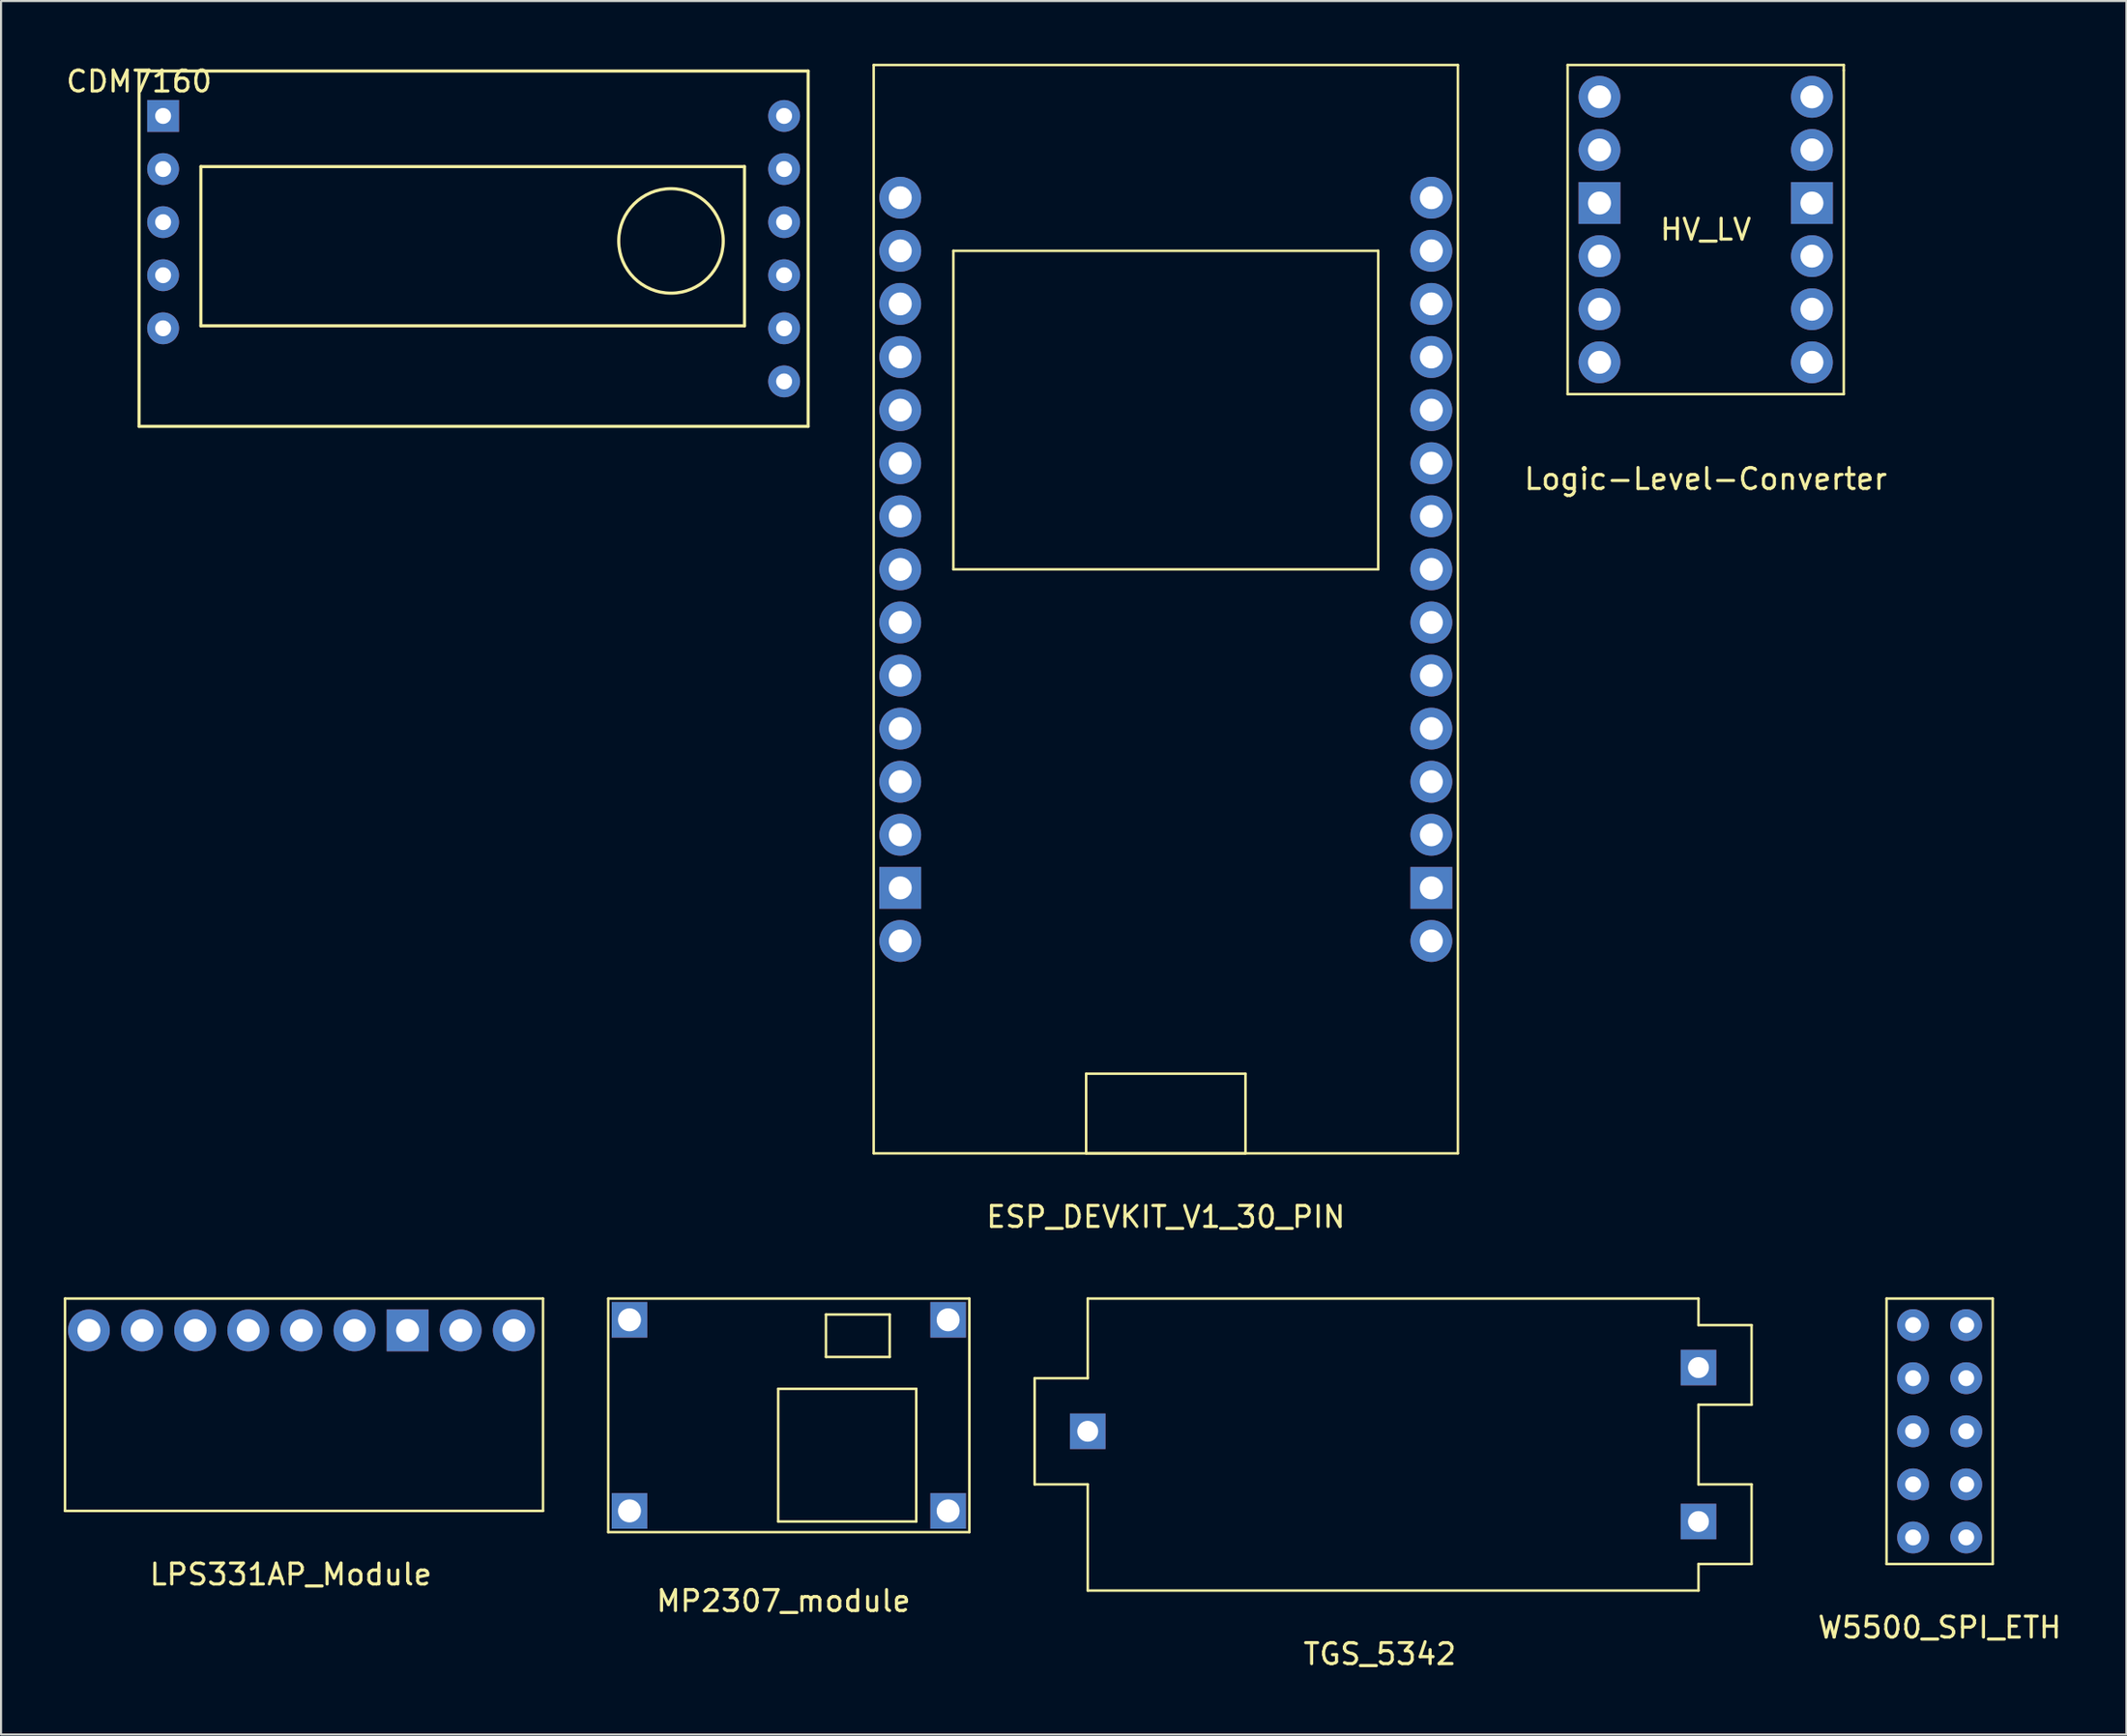
<source format=kicad_pcb>
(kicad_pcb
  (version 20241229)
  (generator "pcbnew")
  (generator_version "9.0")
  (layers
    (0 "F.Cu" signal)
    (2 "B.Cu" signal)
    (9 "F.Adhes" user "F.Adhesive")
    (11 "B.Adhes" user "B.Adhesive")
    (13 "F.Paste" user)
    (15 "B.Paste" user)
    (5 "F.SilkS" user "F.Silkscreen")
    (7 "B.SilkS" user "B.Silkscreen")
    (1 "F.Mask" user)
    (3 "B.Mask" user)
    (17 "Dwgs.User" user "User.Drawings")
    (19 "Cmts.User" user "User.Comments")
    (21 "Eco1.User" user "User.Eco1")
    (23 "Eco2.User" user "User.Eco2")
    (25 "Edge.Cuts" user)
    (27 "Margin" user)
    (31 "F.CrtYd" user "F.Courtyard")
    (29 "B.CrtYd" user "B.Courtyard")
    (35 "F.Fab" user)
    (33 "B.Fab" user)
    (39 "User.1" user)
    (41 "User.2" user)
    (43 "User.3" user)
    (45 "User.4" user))
  (footprint "Logic-Level-Converter"
    (layer "F.Cu")
    (at 78.528 19.364)
    (property "Reference" "Logic-Level-Converter" (at 0 0.5 0) (layer "F.SilkS") (effects (font (size 1 1) (thickness 0.15))))
    (attr through_hole)
    (fp_line (start -6.604 -3.556) (end -6.604 -19.304) (stroke (width 0.12) (type solid)) (layer "F.SilkS"))
    (fp_line (start -6.604 -3.556) (end 6.604 -3.556) (stroke (width 0.12) (type solid)) (layer "F.SilkS"))
    (fp_line (start 6.604 -19.304) (end -6.604 -19.304) (stroke (width 0.12) (type solid)) (layer "F.SilkS"))
    (fp_line (start 6.604 -19.05) (end 6.604 -19.304) (stroke (width 0.12) (type solid)) (layer "F.SilkS"))
    (fp_line (start 6.604 -3.556) (end 6.604 -19.05) (stroke (width 0.12) (type solid)) (layer "F.SilkS"))
    (fp_text user "HV_LV" (at 0 -11.43 0) (layer "F.SilkS") (effects (font (size 1 1) (thickness 0.15))))
    (pad "1" thru_hole circle (at -5.08 -17.78) (size 2 2) (drill 1.1) (layers "*.Cu" "*.Mask"))
    (pad "2" thru_hole circle (at -5.08 -15.24) (size 2 2) (drill 1.1) (layers "*.Cu" "*.Mask"))
    (pad "3" thru_hole rect (at -5.08 -12.7) (size 2 2) (drill 1.1) (layers "*.Cu" "*.Mask"))
    (pad "4" thru_hole circle (at -5.08 -10.16) (size 2 2) (drill 1.1) (layers "*.Cu" "*.Mask"))
    (pad "5" thru_hole circle (at -5.08 -7.62) (size 2 2) (drill 1.1) (layers "*.Cu" "*.Mask"))
    (pad "6" thru_hole circle (at -5.08 -5.08) (size 2 2) (drill 1.1) (layers "*.Cu" "*.Mask"))
    (pad "7" thru_hole circle (at 5.08 -17.78) (size 2 2) (drill 1.1) (layers "*.Cu" "*.Mask"))
    (pad "8" thru_hole circle (at 5.08 -15.24) (size 2 2) (drill 1.1) (layers "*.Cu" "*.Mask"))
    (pad "9" thru_hole rect (at 5.08 -12.7) (size 2 2) (drill 1.1) (layers "*.Cu" "*.Mask"))
    (pad "10" thru_hole circle (at 5.08 -10.16) (size 2 2) (drill 1.1) (layers "*.Cu" "*.Mask"))
    (pad "11" thru_hole circle (at 5.08 -7.62) (size 2 2) (drill 1.1) (layers "*.Cu" "*.Mask"))
    (pad "12" thru_hole circle (at 5.08 -5.08) (size 2 2) (drill 1.1) (layers "*.Cu" "*.Mask")))
  (footprint "LPS331AP_Module"
    (layer "F.Cu")
    (at 10.855 71.778)
    (property "Reference" "LPS331AP_Module" (at 0 0.5 0) (layer "F.SilkS") (effects (font (size 1 1) (thickness 0.15))))
    (attr through_hole)
    (fp_line (start -10.795 -12.7) (end -10.795 -2.54) (stroke (width 0.12) (type solid)) (layer "F.SilkS"))
    (fp_line (start -10.795 -2.54) (end 12.065 -2.54) (stroke (width 0.12) (type solid)) (layer "F.SilkS"))
    (fp_line (start 12.065 -12.7) (end -10.795 -12.7) (stroke (width 0.12) (type solid)) (layer "F.SilkS"))
    (fp_line (start 12.065 -2.54) (end 12.065 -12.7) (stroke (width 0.12) (type solid)) (layer "F.SilkS"))
    (pad "1" thru_hole circle (at 10.668 -11.176) (size 2 2) (drill 1.1) (layers "*.Cu" "*.Mask"))
    (pad "2" thru_hole circle (at 8.128 -11.176) (size 2 2) (drill 1.1) (layers "*.Cu" "*.Mask"))
    (pad "3" thru_hole rect (at 5.588 -11.176) (size 2 2) (drill 1.1) (layers "*.Cu" "*.Mask"))
    (pad "4" thru_hole circle (at 3.048 -11.176) (size 2 2) (drill 1.1) (layers "*.Cu" "*.Mask"))
    (pad "5" thru_hole circle (at 0.508 -11.176) (size 2 2) (drill 1.1) (layers "*.Cu" "*.Mask"))
    (pad "6" thru_hole circle (at -2.032 -11.176) (size 2 2) (drill 1.1) (layers "*.Cu" "*.Mask"))
    (pad "7" thru_hole circle (at -4.572 -11.176) (size 2 2) (drill 1.1) (layers "*.Cu" "*.Mask"))
    (pad "8" thru_hole circle (at -7.112 -11.176) (size 2 2) (drill 1.1) (layers "*.Cu" "*.Mask"))
    (pad "9" thru_hole circle (at -9.652 -11.176) (size 2 2) (drill 1.1) (layers "*.Cu" "*.Mask")))
  (footprint "W5500_SPI_ETH"
    (layer "F.Cu")
    (at 89.717 74.318)
    (property "Reference" "W5500_SPI_ETH" (at 0 0.5 0) (layer "F.SilkS") (effects (font (size 1 1) (thickness 0.15))))
    (attr through_hole)
    (fp_line (start -2.54 -15.24) (end 2.54 -15.24) (stroke (width 0.12) (type solid)) (layer "F.SilkS"))
    (fp_line (start -2.54 -2.54) (end -2.54 -15.24) (stroke (width 0.12) (type solid)) (layer "F.SilkS"))
    (fp_line (start 2.54 -15.24) (end 2.54 -2.54) (stroke (width 0.12) (type solid)) (layer "F.SilkS"))
    (fp_line (start 2.54 -2.54) (end -2.54 -2.54) (stroke (width 0.12) (type solid)) (layer "F.SilkS"))
    (pad "1" thru_hole circle (at -1.27 -13.97) (size 1.524 1.524) (drill 0.762) (layers "*.Cu" "*.Mask"))
    (pad "2" thru_hole circle (at -1.27 -11.43) (size 1.524 1.524) (drill 0.762) (layers "*.Cu" "*.Mask"))
    (pad "3" thru_hole circle (at -1.27 -8.89) (size 1.524 1.524) (drill 0.762) (layers "*.Cu" "*.Mask"))
    (pad "4" thru_hole circle (at -1.27 -6.35) (size 1.524 1.524) (drill 0.762) (layers "*.Cu" "*.Mask"))
    (pad "5" thru_hole circle (at -1.27 -3.81) (size 1.524 1.524) (drill 0.762) (layers "*.Cu" "*.Mask"))
    (pad "6" thru_hole circle (at 1.27 -13.97) (size 1.524 1.524) (drill 0.762) (layers "*.Cu" "*.Mask"))
    (pad "7" thru_hole circle (at 1.27 -11.43) (size 1.524 1.524) (drill 0.762) (layers "*.Cu" "*.Mask"))
    (pad "8" thru_hole circle (at 1.27 -8.89) (size 1.524 1.524) (drill 0.762) (layers "*.Cu" "*.Mask"))
    (pad "9" thru_hole circle (at 1.27 -6.35) (size 1.524 1.524) (drill 0.762) (layers "*.Cu" "*.Mask"))
    (pad "10" thru_hole circle (at 1.27 -3.81) (size 1.524 1.524) (drill 0.762) (layers "*.Cu" "*.Mask")))
  (footprint "CDM7160"
    (layer "F.Cu")
    (at 3.601 0.348)
    (property "Reference" "CDM7160" (at 0 0.5 0) (layer "F.SilkS") (effects (font (size 1 1) (thickness 0.15))))
    (attr through_hole)
    (fp_line (start 0 0) (end 0 17) (stroke (width 0.15) (type solid)) (layer "F.SilkS"))
    (fp_line (start 0 0) (end 32 0) (stroke (width 0.15) (type solid)) (layer "F.SilkS"))
    (fp_line (start 0 17) (end 32 17) (stroke (width 0.15) (type solid)) (layer "F.SilkS"))
    (fp_line (start 2.956 4.572) (end 28.956 4.572) (stroke (width 0.15) (type solid)) (layer "F.SilkS"))
    (fp_line (start 2.956 12.192) (end 2.956 4.572) (stroke (width 0.15) (type solid)) (layer "F.SilkS"))
    (fp_line (start 2.956 12.192) (end 28.956 12.192) (stroke (width 0.15) (type solid)) (layer "F.SilkS"))
    (fp_line (start 28.956 4.572) (end 28.956 12.192) (stroke (width 0.15) (type solid)) (layer "F.SilkS"))
    (fp_line (start 32 0) (end 32 17) (stroke (width 0.15) (type solid)) (layer "F.SilkS"))
    (fp_circle (center 25.44 8.128) (end 27.94 8.128) (stroke (width 0.15) (type solid)) (fill no) (layer "F.SilkS"))
    (pad "1" thru_hole rect (at 1.15 2.15) (size 1.524 1.524) (drill 0.762) (layers "*.Cu" "*.Mask"))
    (pad "2" thru_hole circle (at 1.15 4.69) (size 1.524 1.524) (drill 0.762) (layers "*.Cu" "*.Mask"))
    (pad "3" thru_hole circle (at 1.15 7.23) (size 1.524 1.524) (drill 0.762) (layers "*.Cu" "*.Mask"))
    (pad "4" thru_hole circle (at 1.15 9.77) (size 1.524 1.524) (drill 0.762) (layers "*.Cu" "*.Mask"))
    (pad "5" thru_hole circle (at 1.15 12.31) (size 1.524 1.524) (drill 0.762) (layers "*.Cu" "*.Mask"))
    (pad "6" thru_hole circle (at 30.85 14.85) (size 1.524 1.524) (drill 0.762) (layers "*.Cu" "*.Mask"))
    (pad "7" thru_hole circle (at 30.85 12.31) (size 1.524 1.524) (drill 0.762) (layers "*.Cu" "*.Mask"))
    (pad "8" thru_hole circle (at 30.85 9.77) (size 1.524 1.524) (drill 0.762) (layers "*.Cu" "*.Mask"))
    (pad "9" thru_hole circle (at 30.85 7.23) (size 1.524 1.524) (drill 0.762) (layers "*.Cu" "*.Mask"))
    (pad "10" thru_hole circle (at 30.85 4.69) (size 1.524 1.524) (drill 0.762) (layers "*.Cu" "*.Mask"))
    (pad "11" thru_hole circle (at 30.85 2.15) (size 1.524 1.524) (drill 0.762) (layers "*.Cu" "*.Mask")))
  (footprint "TGS_5342"
    (layer "F.Cu")
    (at 62.942 75.588)
    (property "Reference" "TGS_5342" (at 0 0.5 0) (layer "F.SilkS") (effects (font (size 1 1) (thickness 0.15))))
    (attr through_hole)
    (fp_line (start -16.51 -12.7) (end -16.51 -7.62) (stroke (width 0.12) (type solid)) (layer "F.SilkS"))
    (fp_line (start -16.51 -7.62) (end -13.97 -7.62) (stroke (width 0.12) (type solid)) (layer "F.SilkS"))
    (fp_line (start -13.97 -16.51) (end -13.97 -12.7) (stroke (width 0.12) (type solid)) (layer "F.SilkS"))
    (fp_line (start -13.97 -12.7) (end -16.51 -12.7) (stroke (width 0.12) (type solid)) (layer "F.SilkS"))
    (fp_line (start -13.97 -7.62) (end -13.97 -2.54) (stroke (width 0.12) (type solid)) (layer "F.SilkS"))
    (fp_line (start -13.97 -2.54) (end 15.24 -2.54) (stroke (width 0.12) (type solid)) (layer "F.SilkS"))
    (fp_line (start 15.24 -16.51) (end -13.97 -16.51) (stroke (width 0.12) (type solid)) (layer "F.SilkS"))
    (fp_line (start 15.24 -16.51) (end 15.24 -15.24) (stroke (width 0.12) (type solid)) (layer "F.SilkS"))
    (fp_line (start 15.24 -15.24) (end 17.78 -15.24) (stroke (width 0.12) (type solid)) (layer "F.SilkS"))
    (fp_line (start 15.24 -11.43) (end 15.24 -7.62) (stroke (width 0.12) (type solid)) (layer "F.SilkS"))
    (fp_line (start 15.24 -7.62) (end 17.78 -7.62) (stroke (width 0.12) (type solid)) (layer "F.SilkS"))
    (fp_line (start 15.24 -2.54) (end 15.24 -3.81) (stroke (width 0.12) (type solid)) (layer "F.SilkS"))
    (fp_line (start 17.78 -15.24) (end 17.78 -11.43) (stroke (width 0.12) (type solid)) (layer "F.SilkS"))
    (fp_line (start 17.78 -11.43) (end 15.24 -11.43) (stroke (width 0.12) (type solid)) (layer "F.SilkS"))
    (fp_line (start 17.78 -7.62) (end 17.78 -3.81) (stroke (width 0.12) (type solid)) (layer "F.SilkS"))
    (fp_line (start 17.78 -3.81) (end 15.24 -3.81) (stroke (width 0.12) (type solid)) (layer "F.SilkS"))
    (pad "1" thru_hole rect (at -13.97 -10.16) (size 1.7 1.7) (drill 1) (layers "*.Cu" "*.Mask"))
    (pad "2" thru_hole rect (at 15.24 -13.208) (size 1.7 1.7) (drill 1) (layers "*.Cu" "*.Mask"))
    (pad "2" thru_hole rect (at 15.24 -5.842) (size 1.7 1.7) (drill 1) (layers "*.Cu" "*.Mask")))
  (footprint "MP2307_module"
    (layer "F.Cu")
    (at 34.422 72.54)
    (property "Reference" "MP2307_module" (at 0 1.008 0) (layer "F.SilkS") (effects (font (size 1 1) (thickness 0.15))))
    (attr through_hole)
    (fp_line (start -8.382 -13.462) (end -8.382 -2.286) (stroke (width 0.12) (type solid)) (layer "F.SilkS"))
    (fp_line (start -8.382 -2.286) (end 8.89 -2.286) (stroke (width 0.12) (type solid)) (layer "F.SilkS"))
    (fp_line (start -0.254 -9.144) (end 6.35 -9.144) (stroke (width 0.12) (type solid)) (layer "F.SilkS"))
    (fp_line (start -0.254 -2.794) (end -0.254 -9.144) (stroke (width 0.12) (type solid)) (layer "F.SilkS"))
    (fp_line (start 2.032 -12.7) (end 5.08 -12.7) (stroke (width 0.12) (type solid)) (layer "F.SilkS"))
    (fp_line (start 2.032 -10.668) (end 2.032 -12.7) (stroke (width 0.12) (type solid)) (layer "F.SilkS"))
    (fp_line (start 5.08 -12.7) (end 5.08 -10.668) (stroke (width 0.12) (type solid)) (layer "F.SilkS"))
    (fp_line (start 5.08 -10.668) (end 2.032 -10.668) (stroke (width 0.12) (type solid)) (layer "F.SilkS"))
    (fp_line (start 6.35 -9.144) (end 6.35 -2.794) (stroke (width 0.12) (type solid)) (layer "F.SilkS"))
    (fp_line (start 6.35 -2.794) (end -0.254 -2.794) (stroke (width 0.12) (type solid)) (layer "F.SilkS"))
    (fp_line (start 8.89 -13.462) (end -8.382 -13.462) (stroke (width 0.12) (type solid)) (layer "F.SilkS"))
    (fp_line (start 8.89 -2.286) (end 8.89 -13.462) (stroke (width 0.12) (type solid)) (layer "F.SilkS"))
    (pad "1" thru_hole rect (at -7.366 -3.302) (size 1.7 1.7) (drill 1.1) (layers "*.Cu" "*.Mask"))
    (pad "2" thru_hole rect (at -7.366 -12.446) (size 1.7 1.7) (drill 1.1) (layers "*.Cu" "*.Mask"))
    (pad "3" thru_hole rect (at 7.874 -3.302) (size 1.7 1.7) (drill 1.1) (layers "*.Cu" "*.Mask"))
    (pad "4" thru_hole rect (at 7.874 -12.446) (size 1.7 1.7) (drill 1.1) (layers "*.Cu" "*.Mask")))
  (footprint "ESP_DEVKIT_V1_30_PIN"
    (layer "F.Cu")
    (at 52.706 54.67)
    (property "Reference" "ESP_DEVKIT_V1_30_PIN" (at 0 0.5 0) (layer "F.SilkS") (effects (font (size 1 1) (thickness 0.15))))
    (attr through_hole)
    (fp_line (start -13.97 -54.61) (end 13.97 -54.61) (stroke (width 0.12) (type solid)) (layer "F.SilkS"))
    (fp_line (start -13.97 -2.54) (end -13.97 -54.61) (stroke (width 0.12) (type solid)) (layer "F.SilkS"))
    (fp_line (start -10.16 -45.72) (end -10.16 -30.48) (stroke (width 0.12) (type solid)) (layer "F.SilkS"))
    (fp_line (start -10.16 -30.48) (end 10.16 -30.48) (stroke (width 0.12) (type solid)) (layer "F.SilkS"))
    (fp_line (start -3.81 -6.35) (end 3.81 -6.35) (stroke (width 0.12) (type solid)) (layer "F.SilkS"))
    (fp_line (start -3.81 -2.54) (end -3.81 -6.35) (stroke (width 0.12) (type solid)) (layer "F.SilkS"))
    (fp_line (start 3.81 -6.35) (end 3.81 -2.54) (stroke (width 0.12) (type solid)) (layer "F.SilkS"))
    (fp_line (start 3.81 -2.54) (end -3.81 -2.54) (stroke (width 0.12) (type solid)) (layer "F.SilkS"))
    (fp_line (start 10.16 -45.72) (end -10.16 -45.72) (stroke (width 0.12) (type solid)) (layer "F.SilkS"))
    (fp_line (start 10.16 -30.48) (end 10.16 -45.72) (stroke (width 0.12) (type solid)) (layer "F.SilkS"))
    (fp_line (start 13.97 -54.61) (end 13.97 -2.54) (stroke (width 0.12) (type solid)) (layer "F.SilkS"))
    (fp_line (start 13.97 -2.54) (end -13.97 -2.54) (stroke (width 0.12) (type solid)) (layer "F.SilkS"))
    (pad "0" thru_hole circle (at -12.7 -48.26) (size 2 2) (drill 1.1) (layers "*.Cu" "*.Mask"))
    (pad "1" thru_hole circle (at -12.7 -45.72) (size 2 2) (drill 1.1) (layers "*.Cu" "*.Mask"))
    (pad "2" thru_hole circle (at -12.7 -43.18) (size 2 2) (drill 1.1) (layers "*.Cu" "*.Mask"))
    (pad "3" thru_hole circle (at -12.7 -40.64) (size 2 2) (drill 1.1) (layers "*.Cu" "*.Mask"))
    (pad "4" thru_hole circle (at -12.7 -38.1) (size 2 2) (drill 1.1) (layers "*.Cu" "*.Mask"))
    (pad "5" thru_hole circle (at -12.7 -35.56) (size 2 2) (drill 1.1) (layers "*.Cu" "*.Mask"))
    (pad "6" thru_hole circle (at -12.7 -33.02) (size 2 2) (drill 1.1) (layers "*.Cu" "*.Mask"))
    (pad "7" thru_hole circle (at -12.7 -30.48) (size 2 2) (drill 1.1) (layers "*.Cu" "*.Mask"))
    (pad "8" thru_hole circle (at -12.7 -27.94) (size 2 2) (drill 1.1) (layers "*.Cu" "*.Mask"))
    (pad "9" thru_hole circle (at -12.7 -25.4) (size 2 2) (drill 1.1) (layers "*.Cu" "*.Mask"))
    (pad "10" thru_hole circle (at -12.7 -22.86) (size 2 2) (drill 1.1) (layers "*.Cu" "*.Mask"))
    (pad "11" thru_hole circle (at -12.7 -20.32) (size 2 2) (drill 1.1) (layers "*.Cu" "*.Mask"))
    (pad "12" thru_hole circle (at -12.7 -17.78) (size 2 2) (drill 1.1) (layers "*.Cu" "*.Mask"))
    (pad "13" thru_hole rect (at -12.7 -15.24) (size 2 2) (drill 1.1) (layers "*.Cu" "*.Mask"))
    (pad "14" thru_hole circle (at -12.7 -12.7) (size 2 2) (drill 1.1) (layers "*.Cu" "*.Mask"))
    (pad "15" thru_hole circle (at 12.7 -48.26) (size 2 2) (drill 1.1) (layers "*.Cu" "*.Mask"))
    (pad "16" thru_hole circle (at 12.7 -45.72) (size 2 2) (drill 1.1) (layers "*.Cu" "*.Mask"))
    (pad "17" thru_hole circle (at 12.7 -43.18) (size 2 2) (drill 1.1) (layers "*.Cu" "*.Mask"))
    (pad "18" thru_hole circle (at 12.7 -40.64) (size 2 2) (drill 1.1) (layers "*.Cu" "*.Mask"))
    (pad "19" thru_hole circle (at 12.7 -38.1) (size 2 2) (drill 1.1) (layers "*.Cu" "*.Mask"))
    (pad "20" thru_hole circle (at 12.7 -35.56) (size 2 2) (drill 1.1) (layers "*.Cu" "*.Mask"))
    (pad "21" thru_hole circle (at 12.7 -33.02) (size 2 2) (drill 1.1) (layers "*.Cu" "*.Mask"))
    (pad "22" thru_hole circle (at 12.7 -30.48) (size 2 2) (drill 1.1) (layers "*.Cu" "*.Mask"))
    (pad "23" thru_hole circle (at 12.7 -27.94) (size 2 2) (drill 1.1) (layers "*.Cu" "*.Mask"))
    (pad "24" thru_hole circle (at 12.7 -25.4) (size 2 2) (drill 1.1) (layers "*.Cu" "*.Mask"))
    (pad "25" thru_hole circle (at 12.7 -22.86) (size 2 2) (drill 1.1) (layers "*.Cu" "*.Mask"))
    (pad "26" thru_hole circle (at 12.7 -20.32) (size 2 2) (drill 1.1) (layers "*.Cu" "*.Mask"))
    (pad "27" thru_hole circle (at 12.7 -17.78) (size 2 2) (drill 1.1) (layers "*.Cu" "*.Mask"))
    (pad "28" thru_hole rect (at 12.7 -15.24) (size 2 2) (drill 1.1) (layers "*.Cu" "*.Mask"))
    (pad "29" thru_hole circle (at 12.7 -12.7) (size 2 2) (drill 1.1) (layers "*.Cu" "*.Mask")))
  (gr_rect
    (start -3 -3)
    (end 98.651 79.936)
    (stroke (width 0.1) (type default))
    (fill no)
    (layer "Edge.Cuts")))
</source>
